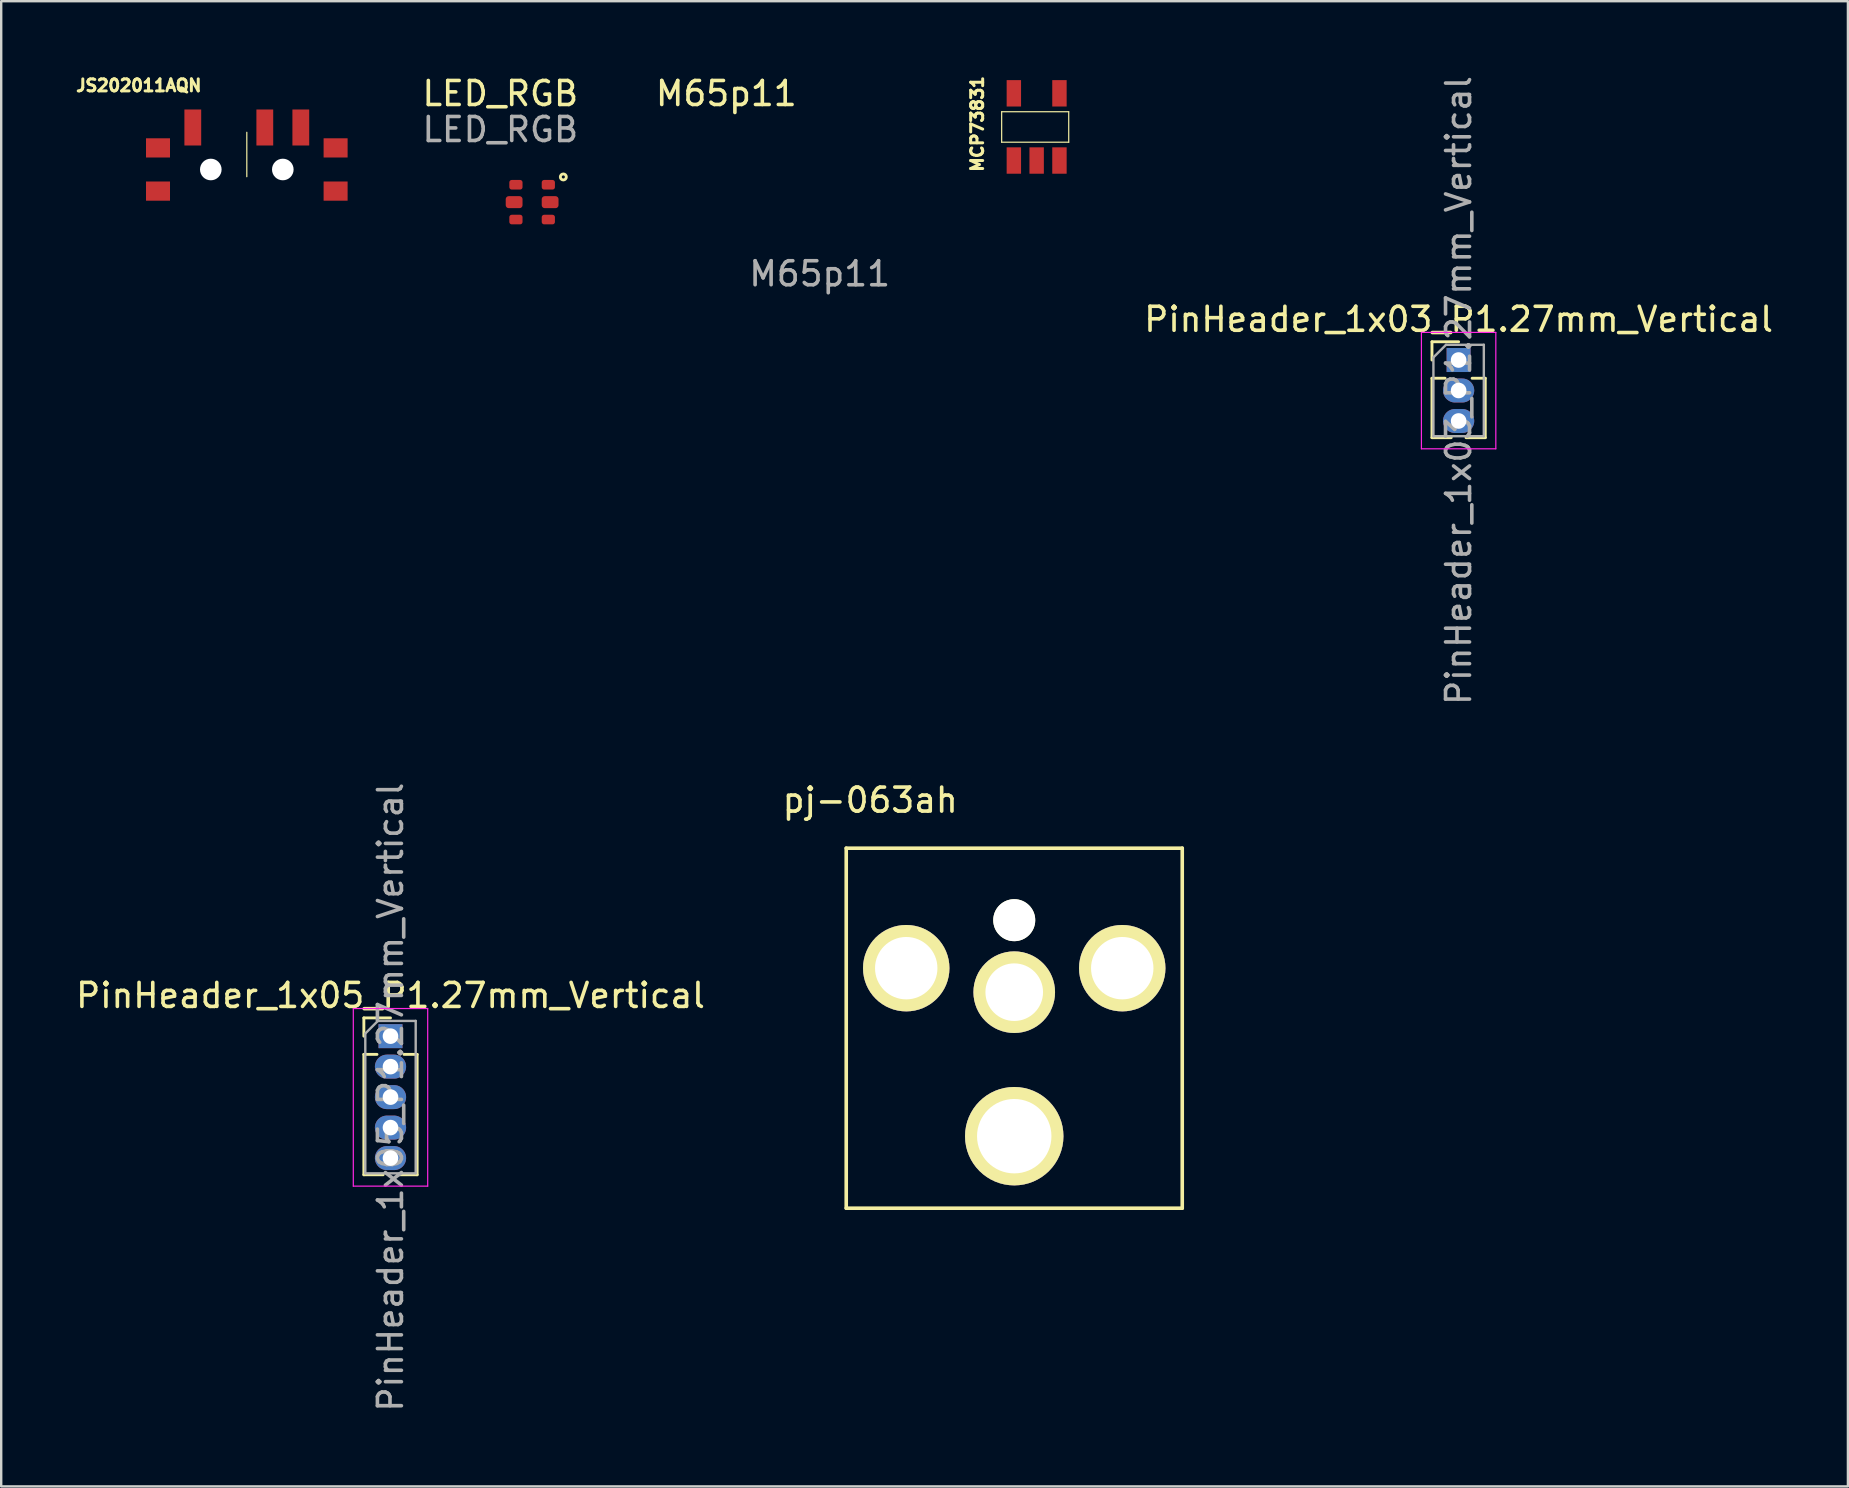
<source format=kicad_pcb>
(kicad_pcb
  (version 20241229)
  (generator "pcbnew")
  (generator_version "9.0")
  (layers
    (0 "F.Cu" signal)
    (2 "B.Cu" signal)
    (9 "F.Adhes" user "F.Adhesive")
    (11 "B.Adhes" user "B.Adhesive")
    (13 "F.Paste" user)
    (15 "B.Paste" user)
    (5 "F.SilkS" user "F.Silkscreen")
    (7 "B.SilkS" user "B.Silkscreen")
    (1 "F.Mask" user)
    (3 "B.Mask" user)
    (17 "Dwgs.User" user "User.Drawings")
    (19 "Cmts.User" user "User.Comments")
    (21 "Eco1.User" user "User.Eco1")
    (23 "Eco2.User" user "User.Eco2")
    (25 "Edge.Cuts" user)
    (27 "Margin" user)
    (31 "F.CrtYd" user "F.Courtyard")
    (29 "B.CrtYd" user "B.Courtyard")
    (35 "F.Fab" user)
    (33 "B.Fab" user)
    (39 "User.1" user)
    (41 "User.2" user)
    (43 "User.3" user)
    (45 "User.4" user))
  (footprint "pj-063ah"
    (layer "F.Cu")
    (at 39.208 39.789)
    (property "Reference" "pj-063ah" (at -6 -9.5 0) (layer "F.SilkS") (effects (font (size 1 1) (thickness 0.15))))
    (attr through_hole)
    (fp_line (start -7 -7.5) (end -7 7.5) (stroke (width 0.15) (type solid)) (layer "F.SilkS"))
    (fp_line (start -7 -7.5) (end 7 -7.5) (stroke (width 0.15) (type solid)) (layer "F.SilkS"))
    (fp_line (start -7 7.5) (end 7 7.5) (stroke (width 0.15) (type solid)) (layer "F.SilkS"))
    (fp_line (start 7 7.5) (end 7 -7.5) (stroke (width 0.15) (type solid)) (layer "F.SilkS"))
    (pad "" thru_hole circle (at -4.5 -2.5) (size 3.6 3.6) (drill 2.6) (layers "*.Cu" "*.Mask" "F.SilkS"))
    (pad "" np_thru_hole circle (at 0 -4.5) (size 1.75 1.75) (drill 1.75) (layers "*.Cu" "*.Mask" "F.SilkS"))
    (pad "" thru_hole circle (at 4.5 -2.5) (size 3.6 3.6) (drill 2.6) (layers "*.Cu" "*.Mask" "F.SilkS"))
    (pad "1" thru_hole circle (at 0 4.5) (size 4.1 4.1) (drill 3.1) (layers "*.Cu" "*.Mask" "F.SilkS"))
    (pad "2" thru_hole circle (at 0 -1.5) (size 3.4 3.4) (drill 2.4) (layers "*.Cu" "*.Mask" "F.SilkS")))
  (footprint "PinHeader_1x05_P1.27mm_Vertical"
    (layer "F.Cu")
    (at 13.22 40.121)
    (property "Reference" "PinHeader_1x05_P1.27mm_Vertical" (at 0 -1.695 0) (layer "F.SilkS") (effects (font (size 1 1) (thickness 0.15))))
    (attr through_hole)
    (fp_line (start -1.11 -0.76) (end 0 -0.76) (stroke (width 0.12) (type solid)) (layer "F.SilkS"))
    (fp_line (start -1.11 0) (end -1.11 -0.76) (stroke (width 0.12) (type solid)) (layer "F.SilkS"))
    (fp_line (start -1.11 0.76) (end -1.11 5.775) (stroke (width 0.12) (type solid)) (layer "F.SilkS"))
    (fp_line (start -1.11 0.76) (end -0.563 0.76) (stroke (width 0.12) (type solid)) (layer "F.SilkS"))
    (fp_line (start -1.11 5.775) (end -0.308 5.775) (stroke (width 0.12) (type solid)) (layer "F.SilkS"))
    (fp_line (start 0.308 5.775) (end 1.11 5.775) (stroke (width 0.12) (type solid)) (layer "F.SilkS"))
    (fp_line (start 0.563 0.76) (end 1.11 0.76) (stroke (width 0.12) (type solid)) (layer "F.SilkS"))
    (fp_line (start 1.11 0.76) (end 1.11 5.775) (stroke (width 0.12) (type solid)) (layer "F.SilkS"))
    (fp_line (start -1.55 -1.15) (end -1.55 6.25) (stroke (width 0.05) (type solid)) (layer "F.CrtYd"))
    (fp_line (start -1.55 6.25) (end 1.55 6.25) (stroke (width 0.05) (type solid)) (layer "F.CrtYd"))
    (fp_line (start 1.55 -1.15) (end -1.55 -1.15) (stroke (width 0.05) (type solid)) (layer "F.CrtYd"))
    (fp_line (start 1.55 6.25) (end 1.55 -1.15) (stroke (width 0.05) (type solid)) (layer "F.CrtYd"))
    (fp_line (start -1.05 -0.11) (end -0.525 -0.635) (stroke (width 0.1) (type solid)) (layer "F.Fab"))
    (fp_line (start -1.05 5.715) (end -1.05 -0.11) (stroke (width 0.1) (type solid)) (layer "F.Fab"))
    (fp_line (start -0.525 -0.635) (end 1.05 -0.635) (stroke (width 0.1) (type solid)) (layer "F.Fab"))
    (fp_line (start 1.05 -0.635) (end 1.05 5.715) (stroke (width 0.1) (type solid)) (layer "F.Fab"))
    (fp_line (start 1.05 5.715) (end -1.05 5.715) (stroke (width 0.1) (type solid)) (layer "F.Fab"))
    (fp_text user "${REFERENCE}" (at 0 2.54 90) (layer "F.Fab") (effects (font (size 1 1) (thickness 0.15))))
    (pad "1" thru_hole rect (at 0 0) (size 1 1) (drill 0.65) (layers "*.Cu" "*.Mask"))
    (pad "2" thru_hole oval (at 0 1.27) (size 1.3 1) (drill 0.65) (layers "*.Cu" "*.Mask"))
    (pad "3" thru_hole oval (at 0 2.54) (size 1.3 1) (drill 0.65) (layers "*.Cu" "*.Mask"))
    (pad "4" thru_hole oval (at 0 3.81) (size 1.3 1) (drill 0.65) (layers "*.Cu" "*.Mask"))
    (pad "5" thru_hole oval (at 0 5.08) (size 1.3 1) (drill 0.65) (layers "*.Cu" "*.Mask")))
  (footprint "LED_RGB"
    (layer "F.Cu")
    (at 19.796 4.648)
    (property "Reference" "LED_RGB" (at -2 -3.8 0) (unlocked yes) (layer "F.SilkS") (effects (font (size 1 1) (thickness 0.15))))
    (attr smd)
    (fp_circle (center 0.625 -0.325) (end 0.75 -0.325) (stroke (width 0.12) (type solid)) (fill no) (layer "F.SilkS"))
    (fp_text user "${REFERENCE}" (at -2 -2.3 0) (unlocked yes) (layer "F.Fab") (effects (font (size 1 1) (thickness 0.15))))
    (pad "1" smd roundrect (at 0 0) (size 0.55 0.4) (layers "F.Cu" "F.Mask" "F.Paste") (roundrect_rratio 0.25))
    (pad "2" smd roundrect (at -1.35 0) (size 0.55 0.4) (layers "F.Cu" "F.Mask" "F.Paste") (roundrect_rratio 0.25))
    (pad "3" smd roundrect (at 0.075 0.725) (size 0.7 0.5) (layers "F.Cu" "F.Mask" "F.Paste") (roundrect_rratio 0.25))
    (pad "4" smd roundrect (at -1.425 0.725) (size 0.7 0.5) (layers "F.Cu" "F.Mask" "F.Paste") (roundrect_rratio 0.25))
    (pad "5" smd roundrect (at 0 1.45) (size 0.55 0.4) (layers "F.Cu" "F.Mask" "F.Paste") (roundrect_rratio 0.25))
    (pad "6" smd roundrect (at -1.35 1.45) (size 0.55 0.4) (layers "F.Cu" "F.Mask" "F.Paste") (roundrect_rratio 0.25)))
  (footprint "M65p11"
    (layer "F.Cu")
    (at 31.102 5.858)
    (property "Reference" "M65p11" (at -3.89 -5.01 0) (unlocked yes) (layer "F.SilkS") (effects (font (size 1 1) (thickness 0.15))))
    (attr smd)
    (fp_text user "${REFERENCE}" (at 0 2.5 0) (unlocked yes) (layer "F.Fab") (effects (font (size 1 1) (thickness 0.15)))))
  (footprint "MCP73831"
    (layer "F.Cu")
    (at 39.954 2.368)
    (property "Reference" "MCP73831" (at -2.286 -0.254 90) (layer "F.SilkS") (effects (font (size 0.5 0.5) (thickness 0.125))))
    (attr through_hole)
    (fp_line (start -1.27 -0.762) (end -1.27 0.508) (stroke (width 0.05) (type solid)) (layer "F.SilkS"))
    (fp_line (start -1.27 0.508) (end 1.524 0.508) (stroke (width 0.05) (type solid)) (layer "F.SilkS"))
    (fp_line (start 1.524 -0.762) (end -1.27 -0.762) (stroke (width 0.05) (type solid)) (layer "F.SilkS"))
    (fp_line (start 1.524 0.508) (end 1.524 -0.762) (stroke (width 0.05) (type solid)) (layer "F.SilkS"))
    (pad "1" smd rect (at -0.762 1.27 90) (size 1.1 0.6) (layers "F.Cu" "F.Mask" "F.Paste"))
    (pad "2" smd rect (at 0.188 1.27 90) (size 1.1 0.6) (layers "F.Cu" "F.Mask" "F.Paste"))
    (pad "3" smd rect (at 1.138 1.27 90) (size 1.1 0.6) (layers "F.Cu" "F.Mask" "F.Paste"))
    (pad "4" smd rect (at 1.138 -1.53 90) (size 1.1 0.6) (layers "F.Cu" "F.Mask" "F.Paste"))
    (pad "5" smd rect (at -0.762 -1.53 90) (size 1.1 0.6) (layers "F.Cu" "F.Mask" "F.Paste")))
  (footprint "JS202011AQN"
    (layer "F.Cu")
    (at 7.233 4.012)
    (property "Reference" "JS202011AQN" (at -4.5 -3.5 0) (layer "F.SilkS") (effects (font (size 0.5 0.5) (thickness 0.125))))
    (attr through_hole)
    (fp_line (start 0 -1.55) (end 0 0.3) (stroke (width 0.05) (type solid)) (layer "F.SilkS"))
    (pad "" np_thru_hole circle (at -1.5 0) (size 0.9 0.9) (drill 0.9) (layers "*.Cu" "*.Mask"))
    (pad "" np_thru_hole circle (at 1.5 0) (size 0.9 0.9) (drill 0.9) (layers "*.Cu" "*.Mask"))
    (pad "1" smd rect (at -2.25 -1.75) (size 0.7 1.5) (layers "F.Cu" "F.Mask" "F.Paste"))
    (pad "2" smd rect (at 0.75 -1.75) (size 0.7 1.5) (layers "F.Cu" "F.Mask" "F.Paste"))
    (pad "3" smd rect (at 2.25 -1.75) (size 0.7 1.5) (layers "F.Cu" "F.Mask" "F.Paste"))
    (pad "4" smd rect (at -3.7 -0.9) (size 1 0.8) (layers "F.Cu" "F.Mask" "F.Paste"))
    (pad "4" smd rect (at -3.7 0.9) (size 1 0.8) (layers "F.Cu" "F.Mask" "F.Paste"))
    (pad "4" smd rect (at 3.7 -0.9) (size 1 0.8) (layers "F.Cu" "F.Mask" "F.Paste"))
    (pad "4" smd rect (at 3.7 0.9) (size 1 0.8) (layers "F.Cu" "F.Mask" "F.Paste")))
  (footprint "PinHeader_1x03_P1.27mm_Vertical"
    (layer "F.Cu")
    (at 57.723 11.95)
    (property "Reference" "PinHeader_1x03_P1.27mm_Vertical" (at 0 -1.695 0) (layer "F.SilkS") (effects (font (size 1 1) (thickness 0.15))))
    (attr through_hole)
    (fp_line (start -1.11 -0.76) (end 0 -0.76) (stroke (width 0.12) (type solid)) (layer "F.SilkS"))
    (fp_line (start -1.11 0) (end -1.11 -0.76) (stroke (width 0.12) (type solid)) (layer "F.SilkS"))
    (fp_line (start -1.11 0.76) (end -1.11 3.235) (stroke (width 0.12) (type solid)) (layer "F.SilkS"))
    (fp_line (start -1.11 0.76) (end -0.563 0.76) (stroke (width 0.12) (type solid)) (layer "F.SilkS"))
    (fp_line (start -1.11 3.235) (end -0.308 3.235) (stroke (width 0.12) (type solid)) (layer "F.SilkS"))
    (fp_line (start 0.308 3.235) (end 1.11 3.235) (stroke (width 0.12) (type solid)) (layer "F.SilkS"))
    (fp_line (start 0.563 0.76) (end 1.11 0.76) (stroke (width 0.12) (type solid)) (layer "F.SilkS"))
    (fp_line (start 1.11 0.76) (end 1.11 3.235) (stroke (width 0.12) (type solid)) (layer "F.SilkS"))
    (fp_line (start -1.55 -1.15) (end -1.55 3.7) (stroke (width 0.05) (type solid)) (layer "F.CrtYd"))
    (fp_line (start -1.55 3.7) (end 1.55 3.7) (stroke (width 0.05) (type solid)) (layer "F.CrtYd"))
    (fp_line (start 1.55 -1.15) (end -1.55 -1.15) (stroke (width 0.05) (type solid)) (layer "F.CrtYd"))
    (fp_line (start 1.55 3.7) (end 1.55 -1.15) (stroke (width 0.05) (type solid)) (layer "F.CrtYd"))
    (fp_line (start -1.05 -0.11) (end -0.525 -0.635) (stroke (width 0.1) (type solid)) (layer "F.Fab"))
    (fp_line (start -1.05 3.175) (end -1.05 -0.11) (stroke (width 0.1) (type solid)) (layer "F.Fab"))
    (fp_line (start -0.525 -0.635) (end 1.05 -0.635) (stroke (width 0.1) (type solid)) (layer "F.Fab"))
    (fp_line (start 1.05 -0.635) (end 1.05 3.175) (stroke (width 0.1) (type solid)) (layer "F.Fab"))
    (fp_line (start 1.05 3.175) (end -1.05 3.175) (stroke (width 0.1) (type solid)) (layer "F.Fab"))
    (fp_text user "${REFERENCE}" (at 0 1.27 90) (layer "F.Fab") (effects (font (size 1 1) (thickness 0.15))))
    (pad "1" thru_hole rect (at 0 0) (size 1 1) (drill 0.65) (layers "*.Cu" "*.Mask"))
    (pad "2" thru_hole oval (at 0 1.27) (size 1.3 1) (drill 0.65) (layers "*.Cu" "*.Mask"))
    (pad "3" thru_hole oval (at 0 2.54) (size 1.3 1) (drill 0.65) (layers "*.Cu" "*.Mask")))
  (gr_rect
    (start -3 -3)
    (end 73.943 58.881)
    (stroke (width 0.1) (type default))
    (fill no)
    (layer "Edge.Cuts")))
</source>
